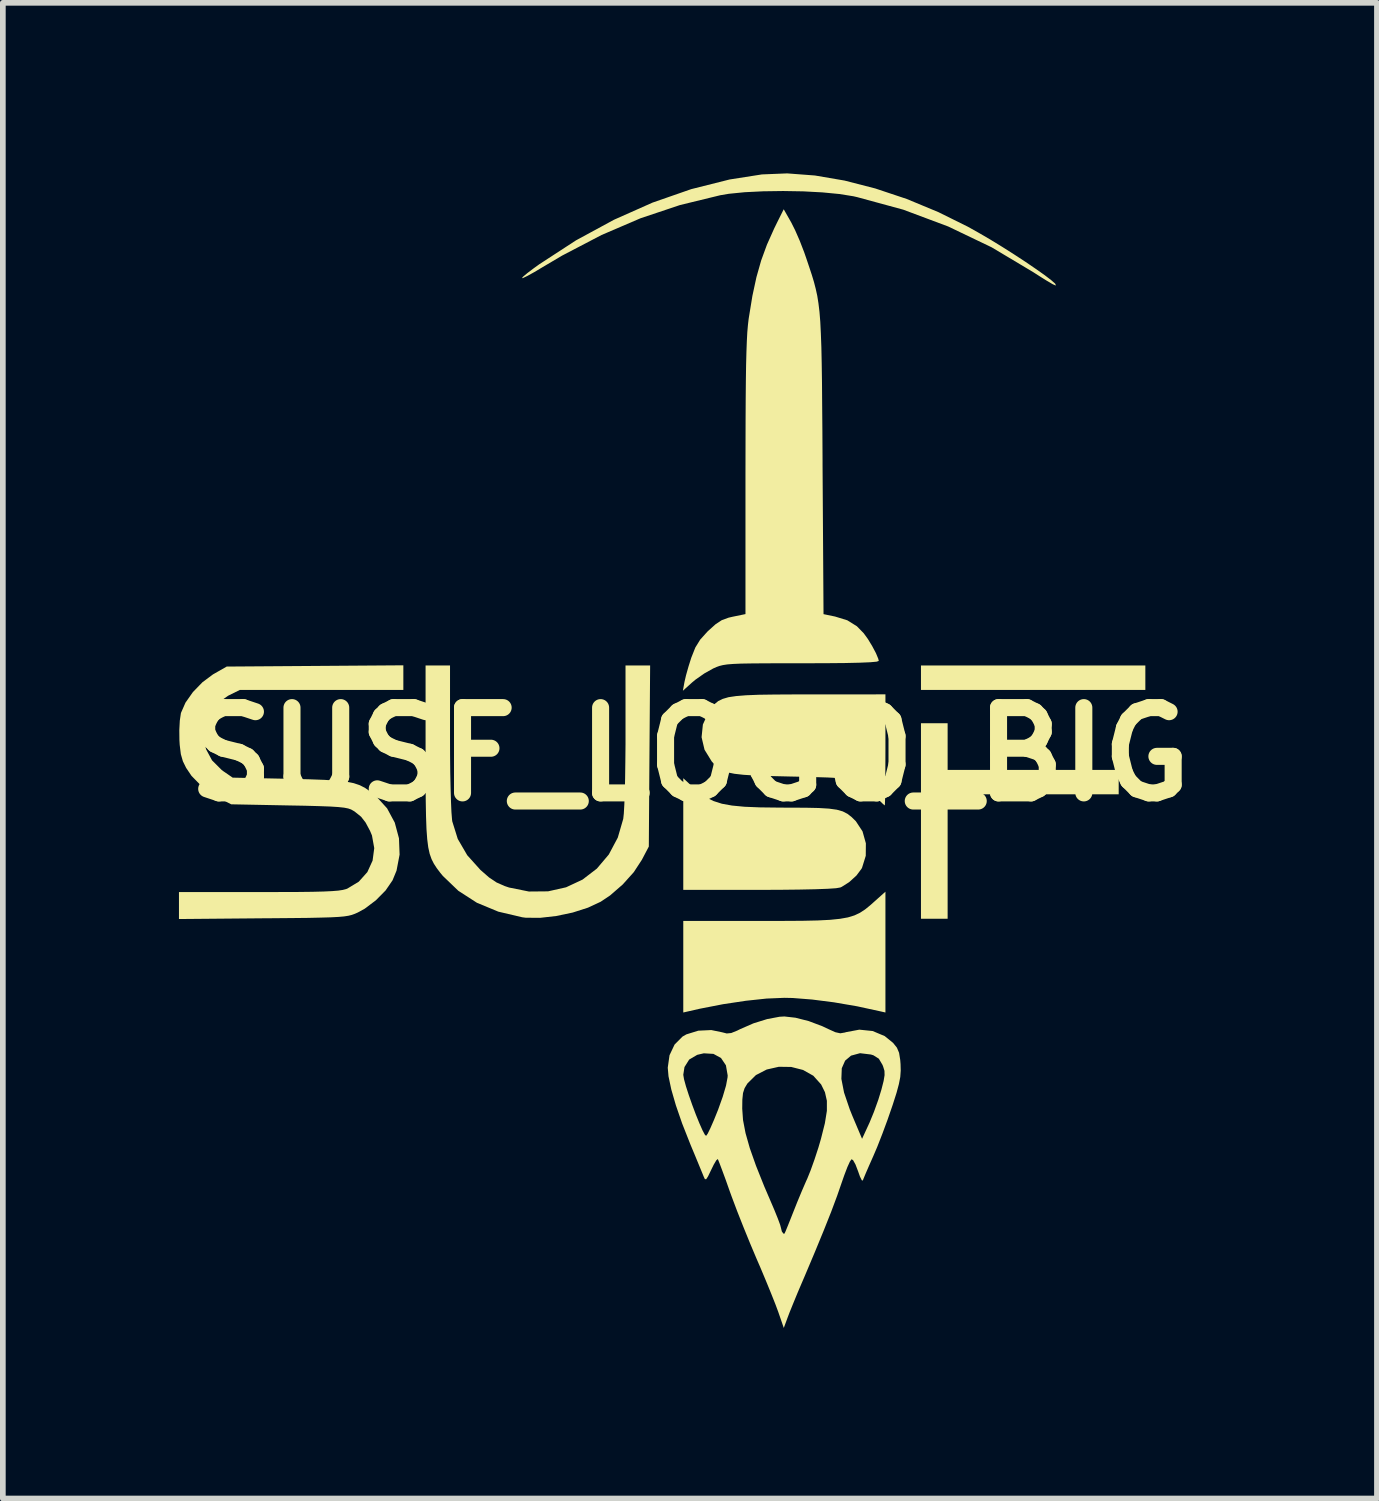
<source format=kicad_pcb>
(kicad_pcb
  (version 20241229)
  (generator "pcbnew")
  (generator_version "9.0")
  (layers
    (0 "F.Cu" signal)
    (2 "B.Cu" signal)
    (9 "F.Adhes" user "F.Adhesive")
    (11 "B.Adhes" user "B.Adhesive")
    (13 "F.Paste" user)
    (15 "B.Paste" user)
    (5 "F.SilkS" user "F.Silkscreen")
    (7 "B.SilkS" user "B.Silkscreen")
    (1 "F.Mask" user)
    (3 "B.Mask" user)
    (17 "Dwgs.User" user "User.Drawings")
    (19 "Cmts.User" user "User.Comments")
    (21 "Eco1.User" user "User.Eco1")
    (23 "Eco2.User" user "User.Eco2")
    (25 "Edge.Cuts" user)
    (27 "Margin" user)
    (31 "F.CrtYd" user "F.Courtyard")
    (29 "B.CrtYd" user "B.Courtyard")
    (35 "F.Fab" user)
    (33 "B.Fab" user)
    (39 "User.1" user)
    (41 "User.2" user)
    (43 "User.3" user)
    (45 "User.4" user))
  (footprint "SUSF_LOGO_BIG"
    (layer "F.Cu")
    (at 9.086 10.219)
    (property "Reference" "SUSF_LOGO_BIG" (at 0 0 0) (layer "F.SilkS") (effects (font (size 1.5 1.5) (thickness 0.3))))
    (attr board_only exclude_from_pos_files exclude_from_bom)
    (fp_poly (pts (xy 8.011 -1.348) (xy 8.011 -1.133) (xy 6.037 -1.133) (xy 4.064 -1.133) (xy 4.064 -1.348) (xy 4.064 -1.563) (xy 6.037 -1.563) (xy 8.011 -1.563)) (stroke (width 0) (type solid)) (fill yes) (layer "F.SilkS"))
    (fp_poly (pts (xy 4.533 -0.137) (xy 4.533 0.274) (xy 6.037 0.274) (xy 7.542 0.274) (xy 7.542 0.488) (xy 7.542 0.703) (xy 6.037 0.703) (xy 4.533 0.703) (xy 4.533 1.798) (xy 4.533 2.892) (xy 4.298 2.892) (xy 4.064 2.892) (xy 4.064 1.172) (xy 4.064 -0.547) (xy 4.298 -0.547) (xy 4.533 -0.547)) (stroke (width 0) (type solid)) (fill yes) (layer "F.SilkS"))
    (fp_poly (pts (xy 3.439 3.478) (xy 3.439 4.541) (xy 3.351 4.521) (xy 2.941 4.432) (xy 2.533 4.362) (xy 2.149 4.313) (xy 1.808 4.286) (xy 1.661 4.283) (xy 1.348 4.296) (xy 0.983 4.335) (xy 0.584 4.395) (xy 0.173 4.475) (xy -0.029 4.521) (xy -0.117 4.541) (xy -0.117 3.736) (xy -0.117 2.931) (xy 1.249 2.931) (xy 1.649 2.93) (xy 1.979 2.928) (xy 2.248 2.922) (xy 2.466 2.911) (xy 2.64 2.893) (xy 2.78 2.868) (xy 2.894 2.833) (xy 2.991 2.787) (xy 3.08 2.729) (xy 3.169 2.657) (xy 3.241 2.593) (xy 3.439 2.416)) (stroke (width 0) (type solid)) (fill yes) (layer "F.SilkS"))
    (fp_poly (pts (xy 0.054 0.578) (xy 0.172 0.679) (xy 0.289 0.76) (xy 0.416 0.822) (xy 0.563 0.869) (xy 0.741 0.901) (xy 0.96 0.922) (xy 1.232 0.933) (xy 1.567 0.937) (xy 1.728 0.938) (xy 2.031 0.939) (xy 2.267 0.944) (xy 2.447 0.955) (xy 2.584 0.974) (xy 2.689 1.004) (xy 2.772 1.047) (xy 2.846 1.105) (xy 2.919 1.177) (xy 3.036 1.355) (xy 3.095 1.565) (xy 3.093 1.785) (xy 3.028 1.994) (xy 3.018 2.013) (xy 2.929 2.132) (xy 2.801 2.248) (xy 2.67 2.331) (xy 2.645 2.342) (xy 2.571 2.355) (xy 2.423 2.365) (xy 2.205 2.373) (xy 1.92 2.379) (xy 1.574 2.383) (xy 1.209 2.384) (xy -0.117 2.384) (xy -0.117 1.402) (xy -0.117 0.42)) (stroke (width 0) (type solid)) (fill yes) (layer "F.SilkS"))
    (fp_poly (pts (xy 3.439 -0.078) (xy 3.438 0.189) (xy 3.437 0.428) (xy 3.435 0.629) (xy 3.433 0.781) (xy 3.43 0.874) (xy 3.427 0.899) (xy 3.396 0.873) (xy 3.328 0.808) (xy 3.28 0.759) (xy 3.163 0.656) (xy 3.019 0.554) (xy 2.95 0.515) (xy 2.889 0.483) (xy 2.83 0.458) (xy 2.765 0.44) (xy 2.682 0.425) (xy 2.57 0.415) (xy 2.42 0.407) (xy 2.219 0.401) (xy 1.957 0.394) (xy 1.758 0.39) (xy 1.422 0.382) (xy 1.154 0.373) (xy 0.944 0.36) (xy 0.783 0.342) (xy 0.661 0.317) (xy 0.568 0.282) (xy 0.495 0.237) (xy 0.432 0.179) (xy 0.383 0.124) (xy 0.257 -0.081) (xy 0.205 -0.301) (xy 0.228 -0.525) (xy 0.327 -0.742) (xy 0.331 -0.748) (xy 0.384 -0.825) (xy 0.437 -0.887) (xy 0.498 -0.937) (xy 0.576 -0.975) (xy 0.678 -1.005) (xy 0.813 -1.025) (xy 0.988 -1.039) (xy 1.212 -1.048) (xy 1.493 -1.052) (xy 1.838 -1.054) (xy 2.1 -1.054) (xy 3.439 -1.055)) (stroke (width 0) (type solid)) (fill yes) (layer "F.SilkS"))
    (fp_poly (pts (xy 2.199 -10.182) (xy 2.719 -10.093) (xy 3.26 -9.954) (xy 3.814 -9.769) (xy 4.37 -9.538) (xy 4.889 -9.281) (xy 5.078 -9.175) (xy 5.284 -9.055) (xy 5.496 -8.925) (xy 5.707 -8.791) (xy 5.907 -8.66) (xy 6.087 -8.537) (xy 6.24 -8.429) (xy 6.355 -8.341) (xy 6.424 -8.28) (xy 6.438 -8.25) (xy 6.428 -8.249) (xy 6.381 -8.27) (xy 6.285 -8.326) (xy 6.154 -8.408) (xy 6.037 -8.483) (xy 5.307 -8.919) (xy 4.543 -9.285) (xy 3.752 -9.581) (xy 2.94 -9.802) (xy 2.874 -9.817) (xy 2.63 -9.856) (xy 2.33 -9.885) (xy 1.993 -9.903) (xy 1.64 -9.909) (xy 1.29 -9.904) (xy 0.964 -9.888) (xy 0.683 -9.86) (xy 0.535 -9.835) (xy -0.175 -9.662) (xy -0.868 -9.43) (xy -1.555 -9.135) (xy -2.248 -8.773) (xy -2.593 -8.569) (xy -2.737 -8.483) (xy -2.856 -8.417) (xy -2.933 -8.38) (xy -2.956 -8.375) (xy -2.934 -8.403) (xy -2.86 -8.465) (xy -2.746 -8.551) (xy -2.649 -8.621) (xy -2.004 -9.041) (xy -1.337 -9.403) (xy -0.658 -9.705) (xy 0.023 -9.942) (xy 0.699 -10.112) (xy 1.267 -10.201) (xy 1.711 -10.219)) (stroke (width 0) (type solid)) (fill yes) (layer "F.SilkS"))
    (fp_poly (pts (xy -4.22 -0.298) (xy -4.219 0.019) (xy -4.216 0.321) (xy -4.21 0.595) (xy -4.203 0.831) (xy -4.195 1.017) (xy -4.185 1.142) (xy -4.181 1.177) (xy -4.084 1.488) (xy -3.917 1.775) (xy -3.685 2.033) (xy -3.534 2.165) (xy -3.401 2.254) (xy -3.258 2.317) (xy -3.181 2.343) (xy -2.833 2.413) (xy -2.496 2.41) (xy -2.179 2.339) (xy -1.89 2.204) (xy -1.637 2.01) (xy -1.427 1.762) (xy -1.269 1.465) (xy -1.173 1.135) (xy -1.163 1.044) (xy -1.154 0.887) (xy -1.146 0.675) (xy -1.14 0.419) (xy -1.136 0.13) (xy -1.133 -0.179) (xy -1.133 -0.318) (xy -1.133 -1.563) (xy -0.917 -1.563) (xy -0.7 -1.563) (xy -0.712 0.029) (xy -0.723 1.622) (xy -0.846 1.856) (xy -0.988 2.073) (xy -1.182 2.289) (xy -1.404 2.482) (xy -1.57 2.593) (xy -1.793 2.697) (xy -2.062 2.783) (xy -2.352 2.844) (xy -2.636 2.876) (xy -2.888 2.874) (xy -2.95 2.866) (xy -3.371 2.767) (xy -3.747 2.611) (xy -4.074 2.4) (xy -4.346 2.139) (xy -4.393 2.082) (xy -4.454 2.001) (xy -4.504 1.924) (xy -4.545 1.843) (xy -4.578 1.749) (xy -4.603 1.635) (xy -4.621 1.493) (xy -4.634 1.315) (xy -4.642 1.092) (xy -4.647 0.817) (xy -4.65 0.482) (xy -4.65 0.078) (xy -4.65 -0.027) (xy -4.65 -1.563) (xy -4.435 -1.563) (xy -4.22 -1.563)) (stroke (width 0) (type solid)) (fill yes) (layer "F.SilkS"))
    (fp_poly (pts (xy 1.782 -9.356) (xy 1.851 -9.218) (xy 1.932 -9.033) (xy 2.01 -8.831) (xy 2.051 -8.713) (xy 2.101 -8.564) (xy 2.145 -8.431) (xy 2.182 -8.308) (xy 2.213 -8.188) (xy 2.24 -8.065) (xy 2.261 -7.932) (xy 2.279 -7.782) (xy 2.293 -7.608) (xy 2.303 -7.404) (xy 2.312 -7.163) (xy 2.318 -6.879) (xy 2.323 -6.544) (xy 2.326 -6.152) (xy 2.33 -5.696) (xy 2.333 -5.17) (xy 2.333 -5.092) (xy 2.35 -2.466) (xy 2.553 -2.424) (xy 2.768 -2.358) (xy 2.937 -2.253) (xy 3.057 -2.13) (xy 3.131 -2.028) (xy 3.206 -1.904) (xy 3.272 -1.78) (xy 3.313 -1.681) (xy 3.322 -1.643) (xy 3.284 -1.63) (xy 3.173 -1.62) (xy 2.986 -1.612) (xy 2.723 -1.606) (xy 2.383 -1.603) (xy 1.966 -1.602) (xy 1.964 -1.602) (xy 1.602 -1.602) (xy 1.31 -1.601) (xy 1.078 -1.599) (xy 0.898 -1.596) (xy 0.761 -1.59) (xy 0.659 -1.582) (xy 0.581 -1.57) (xy 0.52 -1.555) (xy 0.467 -1.536) (xy 0.413 -1.512) (xy 0.405 -1.508) (xy 0.252 -1.422) (xy 0.098 -1.314) (xy 0.04 -1.266) (xy -0.124 -1.118) (xy -0.096 -1.272) (xy -0.069 -1.389) (xy -0.025 -1.545) (xy 0.024 -1.7) (xy 0.095 -1.879) (xy 0.181 -2.018) (xy 0.306 -2.157) (xy 0.324 -2.174) (xy 0.452 -2.289) (xy 0.56 -2.36) (xy 0.68 -2.404) (xy 0.754 -2.421) (xy 0.977 -2.467) (xy 0.977 -4.878) (xy 0.978 -5.403) (xy 0.979 -5.857) (xy 0.981 -6.245) (xy 0.984 -6.574) (xy 0.988 -6.85) (xy 0.994 -7.079) (xy 1.001 -7.267) (xy 1.009 -7.421) (xy 1.02 -7.548) (xy 1.032 -7.652) (xy 1.036 -7.679) (xy 1.099 -8.065) (xy 1.17 -8.394) (xy 1.253 -8.687) (xy 1.355 -8.966) (xy 1.483 -9.252) (xy 1.534 -9.356) (xy 1.65 -9.588)) (stroke (width 0) (type solid)) (fill yes) (layer "F.SilkS"))
    (fp_poly (pts (xy -5.041 -1.35) (xy -5.041 -1.133) (xy -6.479 -1.133) (xy -7.917 -1.133) (xy -8.123 -1.031) (xy -8.32 -0.894) (xy -8.459 -0.718) (xy -8.538 -0.517) (xy -8.556 -0.303) (xy -8.512 -0.091) (xy -8.406 0.106) (xy -8.237 0.275) (xy -8.213 0.293) (xy -8.043 0.41) (xy -7.04 0.431) (xy -6.702 0.439) (xy -6.43 0.449) (xy -6.216 0.462) (xy -6.047 0.48) (xy -5.914 0.507) (xy -5.805 0.544) (xy -5.711 0.593) (xy -5.619 0.657) (xy -5.521 0.737) (xy -5.518 0.74) (xy -5.327 0.95) (xy -5.192 1.201) (xy -5.118 1.477) (xy -5.107 1.764) (xy -5.161 2.046) (xy -5.231 2.216) (xy -5.353 2.394) (xy -5.525 2.568) (xy -5.72 2.715) (xy -5.842 2.782) (xy -5.894 2.805) (xy -5.946 2.824) (xy -6.006 2.839) (xy -6.083 2.851) (xy -6.184 2.86) (xy -6.319 2.867) (xy -6.495 2.872) (xy -6.721 2.877) (xy -7.005 2.88) (xy -7.355 2.883) (xy -7.513 2.884) (xy -8.988 2.897) (xy -8.988 2.66) (xy -8.988 2.423) (xy -7.58 2.423) (xy -7.198 2.422) (xy -6.887 2.421) (xy -6.639 2.418) (xy -6.444 2.413) (xy -6.296 2.406) (xy -6.185 2.397) (xy -6.106 2.385) (xy -6.048 2.37) (xy -6.027 2.362) (xy -5.825 2.24) (xy -5.674 2.071) (xy -5.582 1.869) (xy -5.553 1.65) (xy -5.593 1.427) (xy -5.626 1.348) (xy -5.705 1.2) (xy -5.784 1.098) (xy -5.887 1.015) (xy -5.918 0.994) (xy -5.96 0.97) (xy -6.012 0.952) (xy -6.084 0.938) (xy -6.187 0.927) (xy -6.329 0.918) (xy -6.521 0.911) (xy -6.773 0.904) (xy -7.052 0.899) (xy -8.069 0.879) (xy -8.284 0.769) (xy -8.555 0.595) (xy -8.767 0.379) (xy -8.862 0.238) (xy -8.919 0.122) (xy -8.955 -0.003) (xy -8.975 -0.167) (xy -8.98 -0.25) (xy -8.982 -0.426) (xy -8.973 -0.595) (xy -8.954 -0.723) (xy -8.951 -0.733) (xy -8.873 -0.91) (xy -8.742 -1.096) (xy -8.575 -1.268) (xy -8.39 -1.406) (xy -8.362 -1.422) (xy -8.148 -1.544) (xy -6.594 -1.555) (xy -5.041 -1.566)) (stroke (width 0) (type solid)) (fill yes) (layer "F.SilkS"))
    (fp_poly (pts (xy 1.857 4.633) (xy 2.089 4.692) (xy 2.328 4.782) (xy 2.436 4.833) (xy 2.558 4.888) (xy 2.645 4.907) (xy 2.727 4.893) (xy 2.745 4.887) (xy 2.98 4.843) (xy 3.214 4.867) (xy 3.426 4.956) (xy 3.574 5.076) (xy 3.641 5.16) (xy 3.679 5.25) (xy 3.699 5.375) (xy 3.705 5.449) (xy 3.708 5.564) (xy 3.7 5.675) (xy 3.676 5.799) (xy 3.634 5.955) (xy 3.568 6.162) (xy 3.555 6.2) (xy 3.475 6.431) (xy 3.384 6.677) (xy 3.294 6.907) (xy 3.223 7.073) (xy 3.152 7.233) (xy 3.093 7.369) (xy 3.053 7.465) (xy 3.041 7.497) (xy 3.023 7.492) (xy 2.991 7.427) (xy 2.956 7.329) (xy 2.912 7.214) (xy 2.87 7.139) (xy 2.843 7.122) (xy 2.814 7.163) (xy 2.769 7.262) (xy 2.715 7.404) (xy 2.673 7.524) (xy 2.59 7.764) (xy 2.486 8.043) (xy 2.356 8.37) (xy 2.199 8.752) (xy 2.012 9.195) (xy 1.975 9.281) (xy 1.894 9.471) (xy 1.818 9.656) (xy 1.755 9.811) (xy 1.721 9.9) (xy 1.651 10.09) (xy 1.552 9.803) (xy 1.502 9.669) (xy 1.428 9.483) (xy 1.338 9.263) (xy 1.24 9.029) (xy 1.171 8.87) (xy 1.061 8.609) (xy 0.944 8.322) (xy 0.831 8.036) (xy 0.735 7.781) (xy 0.699 7.682) (xy 0.631 7.489) (xy 0.57 7.324) (xy 0.523 7.199) (xy 0.495 7.129) (xy 0.489 7.119) (xy 0.464 7.141) (xy 0.419 7.217) (xy 0.374 7.309) (xy 0.319 7.423) (xy 0.286 7.474) (xy 0.263 7.472) (xy 0.241 7.425) (xy 0.24 7.422) (xy 0.211 7.351) (xy 0.159 7.225) (xy 0.091 7.06) (xy 0.013 6.873) (xy -0.001 6.838) (xy -0.137 6.493) (xy -0.247 6.174) (xy -0.328 5.894) (xy -0.377 5.662) (xy -0.379 5.637) (xy -0.117 5.637) (xy -0.104 5.715) (xy -0.07 5.839) (xy -0.02 5.994) (xy 0.04 6.165) (xy 0.104 6.336) (xy 0.167 6.491) (xy 0.222 6.615) (xy 0.264 6.693) (xy 0.285 6.711) (xy 0.313 6.672) (xy 0.361 6.573) (xy 0.423 6.431) (xy 0.492 6.26) (xy 0.494 6.256) (xy 0.502 6.233) (xy 0.92 6.233) (xy 0.934 6.433) (xy 0.978 6.662) (xy 1.053 6.927) (xy 1.162 7.236) (xy 1.307 7.599) (xy 1.411 7.841) (xy 1.485 8.014) (xy 1.546 8.165) (xy 1.587 8.276) (xy 1.602 8.332) (xy 1.602 8.332) (xy 1.617 8.393) (xy 1.646 8.432) (xy 1.663 8.431) (xy 1.681 8.393) (xy 1.72 8.298) (xy 1.774 8.163) (xy 1.811 8.069) (xy 1.887 7.878) (xy 1.97 7.678) (xy 2.045 7.505) (xy 2.064 7.464) (xy 2.123 7.318) (xy 2.192 7.125) (xy 2.261 6.914) (xy 2.305 6.763) (xy 2.374 6.489) (xy 2.409 6.271) (xy 2.409 6.094) (xy 2.375 5.943) (xy 2.308 5.807) (xy 2.22 5.709) (xy 2.664 5.709) (xy 2.711 5.949) (xy 2.811 6.244) (xy 2.858 6.361) (xy 3.028 6.763) (xy 3.159 6.479) (xy 3.237 6.289) (xy 3.314 6.075) (xy 3.368 5.899) (xy 3.407 5.746) (xy 3.424 5.643) (xy 3.422 5.567) (xy 3.399 5.492) (xy 3.387 5.462) (xy 3.323 5.354) (xy 3.228 5.294) (xy 3.183 5.28) (xy 2.992 5.257) (xy 2.834 5.3) (xy 2.73 5.388) (xy 2.671 5.522) (xy 2.664 5.709) (xy 2.22 5.709) (xy 2.171 5.654) (xy 1.99 5.552) (xy 1.782 5.499) (xy 1.564 5.496) (xy 1.351 5.544) (xy 1.161 5.642) (xy 1.011 5.79) (xy 1.01 5.792) (xy 0.962 5.871) (xy 0.934 5.957) (xy 0.922 6.074) (xy 0.92 6.233) (xy 0.502 6.233) (xy 0.577 6.023) (xy 0.635 5.827) (xy 0.662 5.682) (xy 0.664 5.648) (xy 0.633 5.47) (xy 0.547 5.342) (xy 0.414 5.269) (xy 0.244 5.259) (xy 0.128 5.286) (xy -0.013 5.369) (xy -0.096 5.501) (xy -0.117 5.637) (xy -0.379 5.637) (xy -0.39 5.512) (xy -0.359 5.293) (xy -0.27 5.105) (xy -0.131 4.965) (xy -0.063 4.926) (xy 0.147 4.861) (xy 0.376 4.85) (xy 0.565 4.889) (xy 0.648 4.91) (xy 0.727 4.902) (xy 0.833 4.859) (xy 0.881 4.835) (xy 1.117 4.732) (xy 1.358 4.657) (xy 1.576 4.616) (xy 1.661 4.611)) (stroke (width 0) (type solid)) (fill yes) (layer "F.SilkS")))
  (gr_rect
    (start -3 -3)
    (end 21.171 23.309)
    (stroke (width 0.1) (type default))
    (fill no)
    (layer "Edge.Cuts")))
</source>
